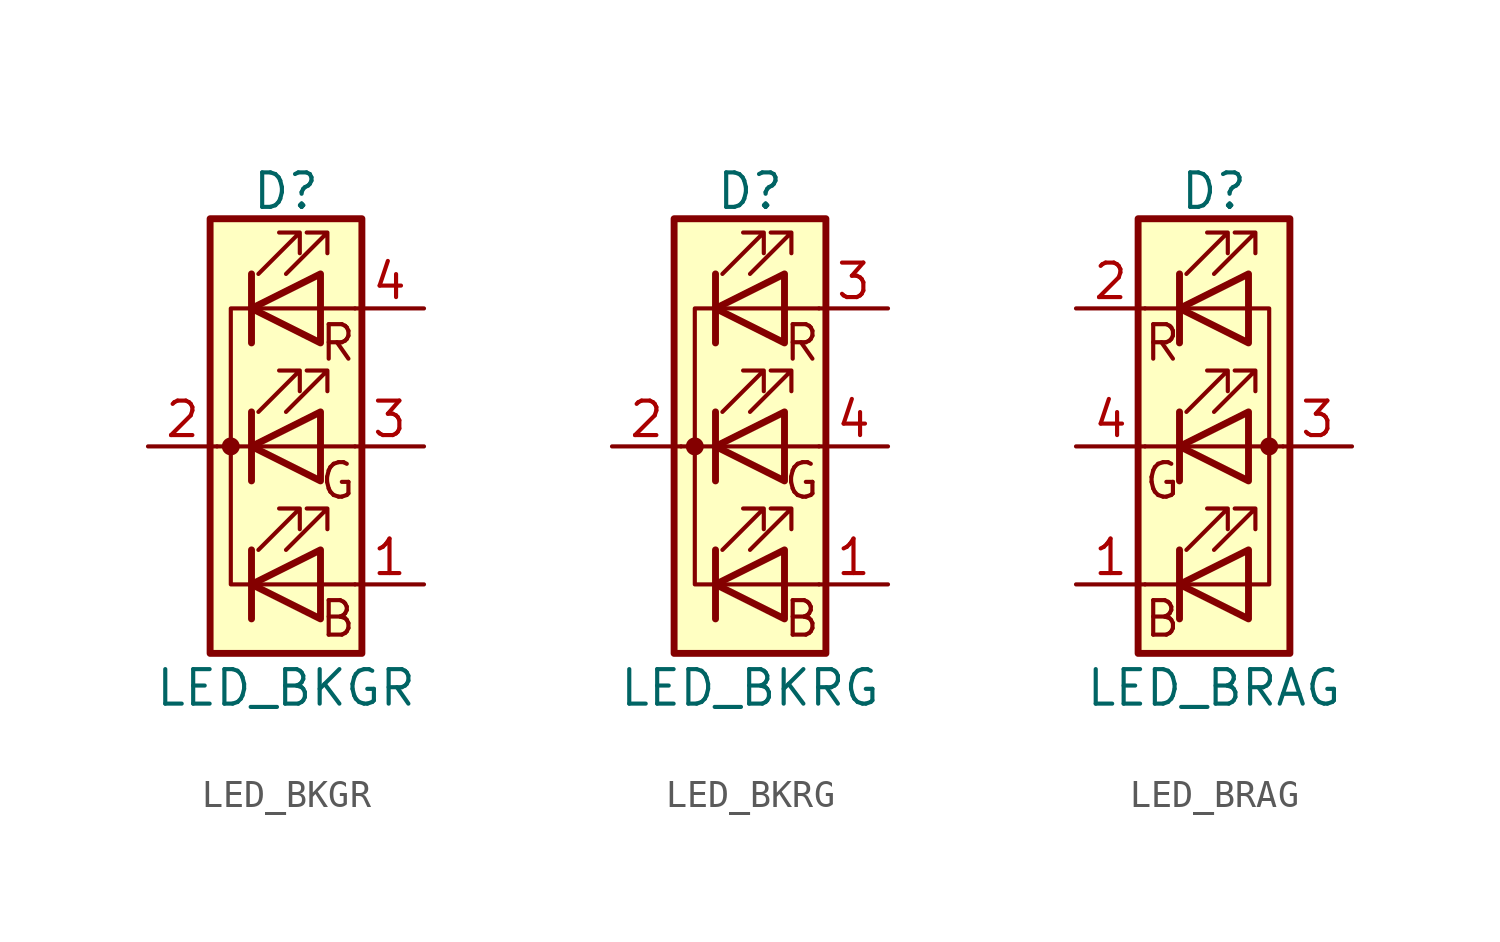
<source format=kicad_sym>
(kicad_symbol_lib
  (version 20220914)
  (generator kicad_symbol_editor)
  (symbol "LED_BKGR"
    (pin_names
      (offset 0) hide)
    (property "Reference" "D"
      (at 0 9.398 0)
      (effects (font (size 1.27 1.27))))
    (property "Value" "LED_BKGR"
      (at 0 -8.89 0)
      (effects (font (size 1.27 1.27))))
    (symbol "LED_BKGR_0_0"
      (text "B" (at 1.905 -6.35 0) (effects (font (size 1.27 1.27))))
      (text "G" (at 1.905 -1.27 0) (effects (font (size 1.27 1.27))))
      (text "R" (at 1.905 3.81 0) (effects (font (size 1.27 1.27)))))
    (symbol "LED_BKGR_0_1"
      (circle (center -2.032 0) (radius 0.254) (stroke (width 0) (type default)) (fill (type outline)))
      (polyline (pts (xy -1.27 -5.08) (xy 1.27 -5.08)) (stroke (width 0) (type default)) (fill (type none)))
      (polyline (pts (xy -1.27 -3.81) (xy -1.27 -6.35)) (stroke (width 0.254) (type default)) (fill (type none)))
      (polyline (pts (xy -1.27 0) (xy -2.54 0)) (stroke (width 0) (type default)) (fill (type none)))
      (polyline (pts (xy -1.27 1.27) (xy -1.27 -1.27)) (stroke (width 0.254) (type default)) (fill (type none)))
      (polyline (pts (xy -1.27 5.08) (xy 1.27 5.08)) (stroke (width 0) (type default)) (fill (type none)))
      (polyline (pts (xy -1.27 6.35) (xy -1.27 3.81)) (stroke (width 0.254) (type default)) (fill (type none)))
      (polyline (pts (xy 1.27 -5.08) (xy 2.54 -5.08)) (stroke (width 0) (type default)) (fill (type none)))
      (polyline (pts (xy 1.27 0) (xy -1.27 0)) (stroke (width 0) (type default)) (fill (type none)))
      (polyline (pts (xy 1.27 0) (xy 2.54 0)) (stroke (width 0) (type default)) (fill (type none)))
      (polyline (pts (xy 1.27 5.08) (xy 2.54 5.08)) (stroke (width 0) (type default)) (fill (type none)))
      (polyline (pts (xy -1.27 1.27) (xy -1.27 -1.27) (xy -1.27 -1.27)) (stroke (width 0) (type default)) (fill (type none)))
      (polyline (pts (xy -1.27 6.35) (xy -1.27 3.81) (xy -1.27 3.81)) (stroke (width 0) (type default)) (fill (type none)))
      (polyline (pts (xy -1.27 5.08) (xy -2.032 5.08) (xy -2.032 -5.08) (xy -1.016 -5.08)) (stroke (width 0) (type default)) (fill (type none)))
      (polyline (pts (xy 1.27 -3.81) (xy 1.27 -6.35) (xy -1.27 -5.08) (xy 1.27 -3.81)) (stroke (width 0.254) (type default)) (fill (type none)))
      (polyline (pts (xy 1.27 1.27) (xy 1.27 -1.27) (xy -1.27 0) (xy 1.27 1.27)) (stroke (width 0.254) (type default)) (fill (type none)))
      (polyline (pts (xy 1.27 6.35) (xy 1.27 3.81) (xy -1.27 5.08) (xy 1.27 6.35)) (stroke (width 0.254) (type default)) (fill (type none)))
      (polyline (pts (xy -1.016 -3.81) (xy 0.508 -2.286) (xy -0.254 -2.286) (xy 0.508 -2.286) (xy 0.508 -3.048)) (stroke (width 0) (type default)) (fill (type none)))
      (polyline (pts (xy -1.016 1.27) (xy 0.508 2.794) (xy -0.254 2.794) (xy 0.508 2.794) (xy 0.508 2.032)) (stroke (width 0) (type default)) (fill (type none)))
      (polyline (pts (xy -1.016 6.35) (xy 0.508 7.874) (xy -0.254 7.874) (xy 0.508 7.874) (xy 0.508 7.112)) (stroke (width 0) (type default)) (fill (type none)))
      (polyline (pts (xy 0 -3.81) (xy 1.524 -2.286) (xy 0.762 -2.286) (xy 1.524 -2.286) (xy 1.524 -3.048)) (stroke (width 0) (type default)) (fill (type none)))
      (polyline (pts (xy 0 1.27) (xy 1.524 2.794) (xy 0.762 2.794) (xy 1.524 2.794) (xy 1.524 2.032)) (stroke (width 0) (type default)) (fill (type none)))
      (polyline (pts (xy 0 6.35) (xy 1.524 7.874) (xy 0.762 7.874) (xy 1.524 7.874) (xy 1.524 7.112)) (stroke (width 0) (type default)) (fill (type none)))
      (rectangle (start 1.27 -1.27) (end 1.27 1.27) (stroke (width 0) (type default)) (fill (type none)))
      (rectangle (start 1.27 1.27) (end 1.27 1.27) (stroke (width 0) (type default)) (fill (type none)))
      (rectangle (start 1.27 3.81) (end 1.27 6.35) (stroke (width 0) (type default)) (fill (type none)))
      (rectangle (start 1.27 6.35) (end 1.27 6.35) (stroke (width 0) (type default)) (fill (type none)))
      (rectangle (start 2.794 8.382) (end -2.794 -7.62) (stroke (width 0.254) (type default)) (fill (type background))))
    (symbol "LED_BKGR_1_1"
      (pin passive line (at 5.08 -5.08 180) (length 2.54) (name "BA" (effects (font (size 1.27 1.27)))) (number "1" (effects (font (size 1.27 1.27)))))
      (pin passive line (at -5.08 0 0) (length 2.54) (name "K" (effects (font (size 1.27 1.27)))) (number "2" (effects (font (size 1.27 1.27)))))
      (pin passive line (at 5.08 0 180) (length 2.54) (name "GA" (effects (font (size 1.27 1.27)))) (number "3" (effects (font (size 1.27 1.27)))))
      (pin passive line (at 5.08 5.08 180) (length 2.54) (name "RA" (effects (font (size 1.27 1.27)))) (number "4" (effects (font (size 1.27 1.27)))))))
  (symbol "LED_BKRG"
    (pin_names
      (offset 0) hide)
    (property "Reference" "D"
      (at 0 9.398 0)
      (effects (font (size 1.27 1.27))))
    (property "Value" "LED_BKRG"
      (at 0 -8.89 0)
      (effects (font (size 1.27 1.27))))
    (symbol "LED_BKRG_0_0"
      (text "B" (at 1.905 -6.35 0) (effects (font (size 1.27 1.27))))
      (text "G" (at 1.905 -1.27 0) (effects (font (size 1.27 1.27))))
      (text "R" (at 1.905 3.81 0) (effects (font (size 1.27 1.27)))))
    (symbol "LED_BKRG_0_1"
      (circle (center -2.032 0) (radius 0.254) (stroke (width 0) (type default)) (fill (type outline)))
      (polyline (pts (xy -1.27 -5.08) (xy 1.27 -5.08)) (stroke (width 0) (type default)) (fill (type none)))
      (polyline (pts (xy -1.27 -3.81) (xy -1.27 -6.35)) (stroke (width 0.254) (type default)) (fill (type none)))
      (polyline (pts (xy -1.27 0) (xy -2.54 0)) (stroke (width 0) (type default)) (fill (type none)))
      (polyline (pts (xy -1.27 1.27) (xy -1.27 -1.27)) (stroke (width 0.254) (type default)) (fill (type none)))
      (polyline (pts (xy -1.27 5.08) (xy 1.27 5.08)) (stroke (width 0) (type default)) (fill (type none)))
      (polyline (pts (xy -1.27 6.35) (xy -1.27 3.81)) (stroke (width 0.254) (type default)) (fill (type none)))
      (polyline (pts (xy 1.27 -5.08) (xy 2.54 -5.08)) (stroke (width 0) (type default)) (fill (type none)))
      (polyline (pts (xy 1.27 0) (xy -1.27 0)) (stroke (width 0) (type default)) (fill (type none)))
      (polyline (pts (xy 1.27 0) (xy 2.54 0)) (stroke (width 0) (type default)) (fill (type none)))
      (polyline (pts (xy 1.27 5.08) (xy 2.54 5.08)) (stroke (width 0) (type default)) (fill (type none)))
      (polyline (pts (xy -1.27 1.27) (xy -1.27 -1.27) (xy -1.27 -1.27)) (stroke (width 0) (type default)) (fill (type none)))
      (polyline (pts (xy -1.27 6.35) (xy -1.27 3.81) (xy -1.27 3.81)) (stroke (width 0) (type default)) (fill (type none)))
      (polyline (pts (xy -1.27 5.08) (xy -2.032 5.08) (xy -2.032 -5.08) (xy -1.016 -5.08)) (stroke (width 0) (type default)) (fill (type none)))
      (polyline (pts (xy 1.27 -3.81) (xy 1.27 -6.35) (xy -1.27 -5.08) (xy 1.27 -3.81)) (stroke (width 0.254) (type default)) (fill (type none)))
      (polyline (pts (xy 1.27 1.27) (xy 1.27 -1.27) (xy -1.27 0) (xy 1.27 1.27)) (stroke (width 0.254) (type default)) (fill (type none)))
      (polyline (pts (xy 1.27 6.35) (xy 1.27 3.81) (xy -1.27 5.08) (xy 1.27 6.35)) (stroke (width 0.254) (type default)) (fill (type none)))
      (polyline (pts (xy -1.016 -3.81) (xy 0.508 -2.286) (xy -0.254 -2.286) (xy 0.508 -2.286) (xy 0.508 -3.048)) (stroke (width 0) (type default)) (fill (type none)))
      (polyline (pts (xy -1.016 1.27) (xy 0.508 2.794) (xy -0.254 2.794) (xy 0.508 2.794) (xy 0.508 2.032)) (stroke (width 0) (type default)) (fill (type none)))
      (polyline (pts (xy -1.016 6.35) (xy 0.508 7.874) (xy -0.254 7.874) (xy 0.508 7.874) (xy 0.508 7.112)) (stroke (width 0) (type default)) (fill (type none)))
      (polyline (pts (xy 0 -3.81) (xy 1.524 -2.286) (xy 0.762 -2.286) (xy 1.524 -2.286) (xy 1.524 -3.048)) (stroke (width 0) (type default)) (fill (type none)))
      (polyline (pts (xy 0 1.27) (xy 1.524 2.794) (xy 0.762 2.794) (xy 1.524 2.794) (xy 1.524 2.032)) (stroke (width 0) (type default)) (fill (type none)))
      (polyline (pts (xy 0 6.35) (xy 1.524 7.874) (xy 0.762 7.874) (xy 1.524 7.874) (xy 1.524 7.112)) (stroke (width 0) (type default)) (fill (type none)))
      (rectangle (start 1.27 -1.27) (end 1.27 1.27) (stroke (width 0) (type default)) (fill (type none)))
      (rectangle (start 1.27 1.27) (end 1.27 1.27) (stroke (width 0) (type default)) (fill (type none)))
      (rectangle (start 1.27 3.81) (end 1.27 6.35) (stroke (width 0) (type default)) (fill (type none)))
      (rectangle (start 1.27 6.35) (end 1.27 6.35) (stroke (width 0) (type default)) (fill (type none)))
      (rectangle (start 2.794 8.382) (end -2.794 -7.62) (stroke (width 0.254) (type default)) (fill (type background))))
    (symbol "LED_BKRG_1_1"
      (pin passive line (at 5.08 -5.08 180) (length 2.54) (name "BA" (effects (font (size 1.27 1.27)))) (number "1" (effects (font (size 1.27 1.27)))))
      (pin passive line (at -5.08 0 0) (length 2.54) (name "K" (effects (font (size 1.27 1.27)))) (number "2" (effects (font (size 1.27 1.27)))))
      (pin passive line (at 5.08 5.08 180) (length 2.54) (name "RA" (effects (font (size 1.27 1.27)))) (number "3" (effects (font (size 1.27 1.27)))))
      (pin passive line (at 5.08 0 180) (length 2.54) (name "GA" (effects (font (size 1.27 1.27)))) (number "4" (effects (font (size 1.27 1.27)))))))
  (symbol "LED_BRAG"
    (pin_names
      (offset 0) hide)
    (property "Reference" "D"
      (at 0 9.398 0)
      (effects (font (size 1.27 1.27))))
    (property "Value" "LED_BRAG"
      (at 0 -8.89 0)
      (effects (font (size 1.27 1.27))))
    (symbol "LED_BRAG_0_0"
      (text "B" (at -1.905 -6.35 0) (effects (font (size 1.27 1.27))))
      (text "G" (at -1.905 -1.27 0) (effects (font (size 1.27 1.27))))
      (text "R" (at -1.905 3.81 0) (effects (font (size 1.27 1.27)))))
    (symbol "LED_BRAG_0_1"
      (polyline (pts (xy -1.27 -5.08) (xy -2.54 -5.08)) (stroke (width 0) (type default)) (fill (type none)))
      (polyline (pts (xy -1.27 -5.08) (xy 1.27 -5.08)) (stroke (width 0) (type default)) (fill (type none)))
      (polyline (pts (xy -1.27 -3.81) (xy -1.27 -6.35)) (stroke (width 0.254) (type default)) (fill (type none)))
      (polyline (pts (xy -1.27 0) (xy -2.54 0)) (stroke (width 0) (type default)) (fill (type none)))
      (polyline (pts (xy -1.27 1.27) (xy -1.27 -1.27)) (stroke (width 0.254) (type default)) (fill (type none)))
      (polyline (pts (xy -1.27 5.08) (xy -2.54 5.08)) (stroke (width 0) (type default)) (fill (type none)))
      (polyline (pts (xy -1.27 5.08) (xy 1.27 5.08)) (stroke (width 0) (type default)) (fill (type none)))
      (polyline (pts (xy -1.27 6.35) (xy -1.27 3.81)) (stroke (width 0.254) (type default)) (fill (type none)))
      (polyline (pts (xy 1.27 0) (xy -1.27 0)) (stroke (width 0) (type default)) (fill (type none)))
      (polyline (pts (xy 1.27 0) (xy 2.54 0)) (stroke (width 0) (type default)) (fill (type none)))
      (polyline (pts (xy -1.27 1.27) (xy -1.27 -1.27) (xy -1.27 -1.27)) (stroke (width 0) (type default)) (fill (type none)))
      (polyline (pts (xy -1.27 6.35) (xy -1.27 3.81) (xy -1.27 3.81)) (stroke (width 0) (type default)) (fill (type none)))
      (polyline (pts (xy 1.27 -5.08) (xy 2.032 -5.08) (xy 2.032 5.08) (xy 1.27 5.08)) (stroke (width 0) (type default)) (fill (type none)))
      (polyline (pts (xy 1.27 -3.81) (xy 1.27 -6.35) (xy -1.27 -5.08) (xy 1.27 -3.81)) (stroke (width 0.254) (type default)) (fill (type none)))
      (polyline (pts (xy 1.27 1.27) (xy 1.27 -1.27) (xy -1.27 0) (xy 1.27 1.27)) (stroke (width 0.254) (type default)) (fill (type none)))
      (polyline (pts (xy 1.27 6.35) (xy 1.27 3.81) (xy -1.27 5.08) (xy 1.27 6.35)) (stroke (width 0.254) (type default)) (fill (type none)))
      (polyline (pts (xy -1.016 -3.81) (xy 0.508 -2.286) (xy -0.254 -2.286) (xy 0.508 -2.286) (xy 0.508 -3.048)) (stroke (width 0) (type default)) (fill (type none)))
      (polyline (pts (xy -1.016 1.27) (xy 0.508 2.794) (xy -0.254 2.794) (xy 0.508 2.794) (xy 0.508 2.032)) (stroke (width 0) (type default)) (fill (type none)))
      (polyline (pts (xy -1.016 6.35) (xy 0.508 7.874) (xy -0.254 7.874) (xy 0.508 7.874) (xy 0.508 7.112)) (stroke (width 0) (type default)) (fill (type none)))
      (polyline (pts (xy 0 -3.81) (xy 1.524 -2.286) (xy 0.762 -2.286) (xy 1.524 -2.286) (xy 1.524 -3.048)) (stroke (width 0) (type default)) (fill (type none)))
      (polyline (pts (xy 0 1.27) (xy 1.524 2.794) (xy 0.762 2.794) (xy 1.524 2.794) (xy 1.524 2.032)) (stroke (width 0) (type default)) (fill (type none)))
      (polyline (pts (xy 0 6.35) (xy 1.524 7.874) (xy 0.762 7.874) (xy 1.524 7.874) (xy 1.524 7.112)) (stroke (width 0) (type default)) (fill (type none)))
      (rectangle (start 1.27 -1.27) (end 1.27 1.27) (stroke (width 0) (type default)) (fill (type none)))
      (rectangle (start 1.27 1.27) (end 1.27 1.27) (stroke (width 0) (type default)) (fill (type none)))
      (rectangle (start 1.27 3.81) (end 1.27 6.35) (stroke (width 0) (type default)) (fill (type none)))
      (rectangle (start 1.27 6.35) (end 1.27 6.35) (stroke (width 0) (type default)) (fill (type none)))
      (circle (center 2.032 0) (radius 0.254) (stroke (width 0) (type default)) (fill (type outline)))
      (rectangle (start 2.794 8.382) (end -2.794 -7.62) (stroke (width 0.254) (type default)) (fill (type background))))
    (symbol "LED_BRAG_1_1"
      (pin passive line (at -5.08 -5.08 0) (length 2.54) (name "BK" (effects (font (size 1.27 1.27)))) (number "1" (effects (font (size 1.27 1.27)))))
      (pin passive line (at -5.08 5.08 0) (length 2.54) (name "RK" (effects (font (size 1.27 1.27)))) (number "2" (effects (font (size 1.27 1.27)))))
      (pin passive line (at 5.08 0 180) (length 2.54) (name "A" (effects (font (size 1.27 1.27)))) (number "3" (effects (font (size 1.27 1.27)))))
      (pin passive line (at -5.08 0 0) (length 2.54) (name "GK" (effects (font (size 1.27 1.27)))) (number "4" (effects (font (size 1.27 1.27))))))))
</source>
